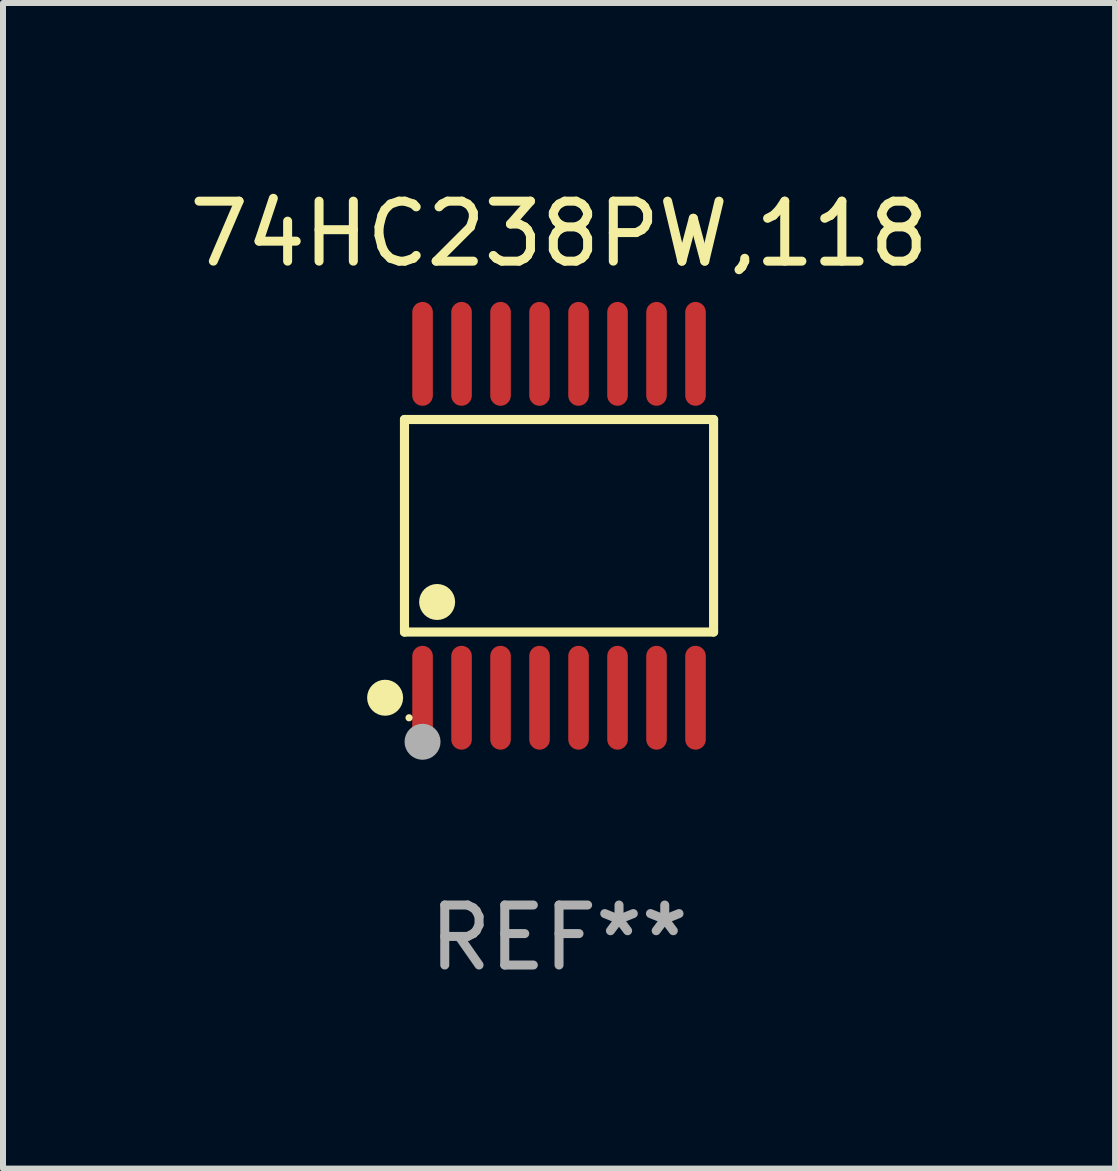
<source format=kicad_pcb>
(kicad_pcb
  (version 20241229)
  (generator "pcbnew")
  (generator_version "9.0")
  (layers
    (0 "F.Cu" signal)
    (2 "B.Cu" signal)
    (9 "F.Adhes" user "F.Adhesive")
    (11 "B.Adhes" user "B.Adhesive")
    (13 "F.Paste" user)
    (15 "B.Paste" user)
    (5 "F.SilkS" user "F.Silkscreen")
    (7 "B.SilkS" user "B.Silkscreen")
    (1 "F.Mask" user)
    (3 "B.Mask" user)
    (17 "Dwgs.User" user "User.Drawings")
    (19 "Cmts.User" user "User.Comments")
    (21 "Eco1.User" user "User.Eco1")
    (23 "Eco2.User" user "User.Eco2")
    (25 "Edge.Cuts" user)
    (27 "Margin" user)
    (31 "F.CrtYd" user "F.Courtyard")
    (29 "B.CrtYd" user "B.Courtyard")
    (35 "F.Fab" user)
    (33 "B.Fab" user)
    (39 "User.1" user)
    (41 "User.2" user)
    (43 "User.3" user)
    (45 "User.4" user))
  (footprint "74HC238PW,118"
    (layer "F.Cu")
    (at 6.268 5.714)
    (property "Reference" "74HC238PW,118" (at 0 -4.866 0) (layer "F.SilkS") (effects (font (size 1 1) (thickness 0.15))))
    (attr through_hole)
    (fp_line (start -2.576 -1.772) (end 2.576 -1.772) (stroke (width 0.152) (type solid)) (layer "F.SilkS"))
    (fp_line (start -2.576 1.771) (end -2.576 -1.772) (stroke (width 0.152) (type solid)) (layer "F.SilkS"))
    (fp_line (start 2.576 -1.772) (end 2.576 1.771) (stroke (width 0.152) (type solid)) (layer "F.SilkS"))
    (fp_line (start 2.576 1.771) (end -2.576 1.771) (stroke (width 0.152) (type solid)) (layer "F.SilkS"))
    (fp_circle (center -2.899 2.866) (end -2.749 2.866) (stroke (width 0.3) (type solid)) (fill no) (layer "F.SilkS"))
    (fp_circle (center -2.5 3.2) (end -2.47 3.2) (stroke (width 0.06) (type solid)) (fill no) (layer "F.SilkS"))
    (fp_circle (center -2.032 1.27) (end -1.882 1.27) (stroke (width 0.3) (type solid)) (fill no) (layer "F.SilkS"))
    (fp_circle (center -2.275 3.6) (end -2.125 3.6) (stroke (width 0.3) (type solid)) (fill no) (layer "F.Fab"))
    (fp_text user "REF**" (at 0 6.866 0) (layer "F.Fab") (effects (font (size 1 1) (thickness 0.15))))
    (pad "1" smd oval (at -2.275 2.866) (size 0.343 1.731) (layers "F.Cu" "F.Mask" "F.Paste"))
    (pad "2" smd oval (at -1.625 2.866) (size 0.343 1.731) (layers "F.Cu" "F.Mask" "F.Paste"))
    (pad "3" smd oval (at -0.975 2.866) (size 0.343 1.731) (layers "F.Cu" "F.Mask" "F.Paste"))
    (pad "4" smd oval (at -0.325 2.866) (size 0.343 1.731) (layers "F.Cu" "F.Mask" "F.Paste"))
    (pad "5" smd oval (at 0.325 2.866) (size 0.343 1.731) (layers "F.Cu" "F.Mask" "F.Paste"))
    (pad "6" smd oval (at 0.975 2.866) (size 0.343 1.731) (layers "F.Cu" "F.Mask" "F.Paste"))
    (pad "7" smd oval (at 1.625 2.866) (size 0.343 1.731) (layers "F.Cu" "F.Mask" "F.Paste"))
    (pad "8" smd oval (at 2.275 2.866) (size 0.343 1.731) (layers "F.Cu" "F.Mask" "F.Paste"))
    (pad "9" smd oval (at 2.275 -2.866) (size 0.343 1.731) (layers "F.Cu" "F.Mask" "F.Paste"))
    (pad "10" smd oval (at 1.625 -2.866) (size 0.343 1.731) (layers "F.Cu" "F.Mask" "F.Paste"))
    (pad "11" smd oval (at 0.975 -2.866) (size 0.343 1.731) (layers "F.Cu" "F.Mask" "F.Paste"))
    (pad "12" smd oval (at 0.325 -2.866) (size 0.343 1.731) (layers "F.Cu" "F.Mask" "F.Paste"))
    (pad "13" smd oval (at -0.325 -2.866) (size 0.343 1.731) (layers "F.Cu" "F.Mask" "F.Paste"))
    (pad "14" smd oval (at -0.975 -2.866) (size 0.343 1.731) (layers "F.Cu" "F.Mask" "F.Paste"))
    (pad "15" smd oval (at -1.625 -2.866) (size 0.343 1.731) (layers "F.Cu" "F.Mask" "F.Paste"))
    (pad "16" smd oval (at -2.275 -2.866) (size 0.343 1.731) (layers "F.Cu" "F.Mask" "F.Paste")))
  (gr_rect
    (start -3 -3)
    (end 15.536 16.428)
    (stroke (width 0.1) (type default))
    (fill no)
    (layer "Edge.Cuts")))
</source>
